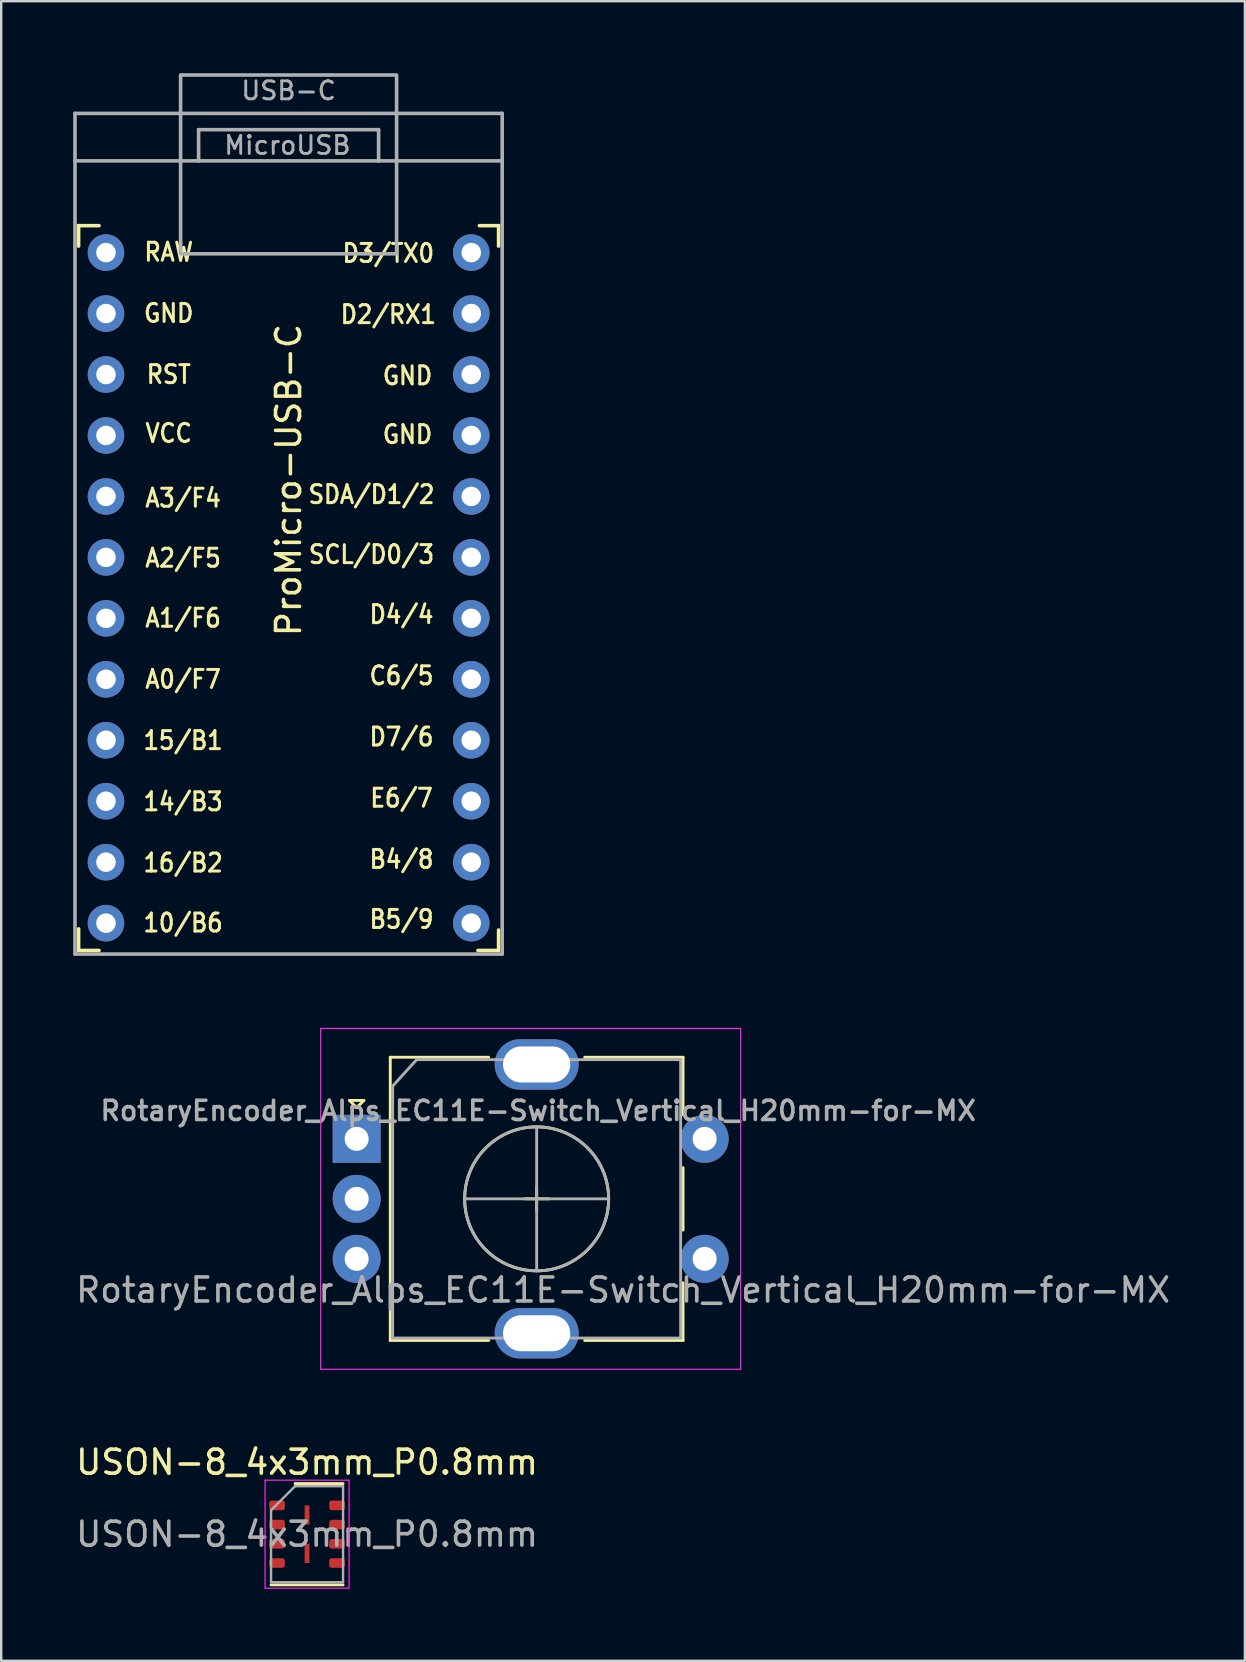
<source format=kicad_pcb>
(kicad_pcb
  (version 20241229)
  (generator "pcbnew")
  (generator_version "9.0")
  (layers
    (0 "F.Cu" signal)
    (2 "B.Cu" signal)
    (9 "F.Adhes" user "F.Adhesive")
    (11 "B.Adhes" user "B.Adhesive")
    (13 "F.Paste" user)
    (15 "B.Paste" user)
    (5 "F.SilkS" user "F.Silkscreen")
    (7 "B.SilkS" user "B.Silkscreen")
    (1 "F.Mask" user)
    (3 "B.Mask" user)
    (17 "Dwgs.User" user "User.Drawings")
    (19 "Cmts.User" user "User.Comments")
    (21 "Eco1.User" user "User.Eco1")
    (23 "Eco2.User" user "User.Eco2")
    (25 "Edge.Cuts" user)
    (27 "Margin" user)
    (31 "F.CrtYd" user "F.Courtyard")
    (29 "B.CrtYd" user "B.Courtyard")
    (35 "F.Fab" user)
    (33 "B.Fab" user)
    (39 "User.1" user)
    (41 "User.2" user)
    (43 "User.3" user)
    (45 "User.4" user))
  (footprint "ProMicro-USB-C"
    (layer "F.Cu")
    (at 8.975 21.953)
    (property "Reference" "ProMicro-USB-C" (at 0 -5 90) (layer "F.SilkS") (effects (font (size 1 1) (thickness 0.15))))
    (attr through_hole)
    (fp_line (start -8.75 -15.6) (end -8.75 -14.75) (stroke (width 0.15) (type solid)) (layer "F.SilkS"))
    (fp_line (start -8.75 -15.6) (end -7.9 -15.6) (stroke (width 0.15) (type solid)) (layer "F.SilkS"))
    (fp_line (start -8.75 13.7) (end -8.75 14.6) (stroke (width 0.15) (type solid)) (layer "F.SilkS"))
    (fp_line (start -8.75 14.6) (end -7.9 14.6) (stroke (width 0.15) (type solid)) (layer "F.SilkS"))
    (fp_line (start 8.75 -15.6) (end 7.95 -15.6) (stroke (width 0.15) (type solid)) (layer "F.SilkS"))
    (fp_line (start 8.75 -15.6) (end 8.75 -14.75) (stroke (width 0.15) (type solid)) (layer "F.SilkS"))
    (fp_line (start 8.75 13.75) (end 8.75 14.6) (stroke (width 0.15) (type solid)) (layer "F.SilkS"))
    (fp_line (start 8.75 14.6) (end 7.89 14.6) (stroke (width 0.15) (type solid)) (layer "F.SilkS"))
    (fp_line (start -8.9 -20.278) (end -8.9 -18.3) (stroke (width 0.15) (type solid)) (layer "F.Fab"))
    (fp_line (start -8.9 -20.278) (end 8.9 -20.278) (stroke (width 0.15) (type solid)) (layer "F.Fab"))
    (fp_line (start -8.9 -18.3) (end -3.75 -18.3) (stroke (width 0.15) (type solid)) (layer "F.Fab"))
    (fp_line (start -8.9 14.75) (end -8.9 -18.3) (stroke (width 0.15) (type solid)) (layer "F.Fab"))
    (fp_line (start -3.75 -19.6) (end -3.75 -18.299) (stroke (width 0.15) (type solid)) (layer "F.Fab"))
    (fp_line (start -3.75 -19.6) (end 3.75 -19.6) (stroke (width 0.15) (type solid)) (layer "F.Fab"))
    (fp_line (start -3.75 -18.3) (end 3.75 -18.3) (stroke (width 0.15) (type solid)) (layer "F.Fab"))
    (fp_line (start 3.75 -19.6) (end 3.75 -18.3) (stroke (width 0.15) (type solid)) (layer "F.Fab"))
    (fp_line (start 3.76 -18.3) (end 8.9 -18.3) (stroke (width 0.15) (type solid)) (layer "F.Fab"))
    (fp_line (start 8.9 -20.278) (end 8.9 -18.3) (stroke (width 0.15) (type solid)) (layer "F.Fab"))
    (fp_line (start 8.9 -18.3) (end 8.9 14.75) (stroke (width 0.15) (type solid)) (layer "F.Fab"))
    (fp_line (start 8.9 14.75) (end -8.9 14.75) (stroke (width 0.15) (type solid)) (layer "F.Fab"))
    (fp_rect (start -4.5 -21.878) (end 4.5 -14.428) (stroke (width 0.15) (type solid)) (fill no) (layer "F.Fab"))
    (fp_text user "SDA/D1/2" (at 3.455 -4.4 0) (unlocked yes) (layer "F.SilkS") (effects (font (size 0.75 0.67) (thickness 0.125))))
    (fp_text user "D4/4" (at 4.705 0.6 0) (unlocked yes) (layer "F.SilkS") (effects (font (size 0.75 0.67) (thickness 0.125))))
    (fp_text user "RAW" (at -4.995 -14.5 0) (unlocked yes) (layer "F.SilkS") (effects (font (size 0.75 0.67) (thickness 0.125))))
    (fp_text user "D3/TX0" (at 4.155 -14.45 0) (unlocked yes) (layer "F.SilkS") (effects (font (size 0.75 0.67) (thickness 0.125))))
    (fp_text user "A1/F6" (at -4.395 0.75 0) (unlocked yes) (layer "F.SilkS") (effects (font (size 0.75 0.67) (thickness 0.125))))
    (fp_text user "14/B3" (at -4.395 8.4 0) (unlocked yes) (layer "F.SilkS") (effects (font (size 0.75 0.67) (thickness 0.125))))
    (fp_text user "RST" (at -4.995 -9.4 0) (unlocked yes) (layer "F.SilkS") (effects (font (size 0.75 0.67) (thickness 0.125))))
    (fp_text user "E6/7" (at 4.705 8.25 0) (unlocked yes) (layer "F.SilkS") (effects (font (size 0.75 0.67) (thickness 0.125))))
    (fp_text user "GND" (at 4.955 -9.35 0) (unlocked yes) (layer "F.SilkS") (effects (font (size 0.75 0.67) (thickness 0.125))))
    (fp_text user "GND" (at 4.955 -6.9 0) (unlocked yes) (layer "F.SilkS") (effects (font (size 0.75 0.67) (thickness 0.125))))
    (fp_text user "A2/F5" (at -4.395 -1.75 0) (unlocked yes) (layer "F.SilkS") (effects (font (size 0.75 0.67) (thickness 0.125))))
    (fp_text user "GND" (at -4.995 -11.95 0) (unlocked yes) (layer "F.SilkS") (effects (font (size 0.75 0.67) (thickness 0.125))))
    (fp_text user "10/B6" (at -4.395 13.45 0) (unlocked yes) (layer "F.SilkS") (effects (font (size 0.75 0.67) (thickness 0.125))))
    (fp_text user "SCL/D0/3" (at 3.455 -1.9 0) (unlocked yes) (layer "F.SilkS") (effects (font (size 0.75 0.67) (thickness 0.125))))
    (fp_text user "15/B1" (at -4.395 5.85 0) (unlocked yes) (layer "F.SilkS") (effects (font (size 0.75 0.67) (thickness 0.125))))
    (fp_text user "A3/F4" (at -4.395 -4.25 0) (unlocked yes) (layer "F.SilkS") (effects (font (size 0.75 0.67) (thickness 0.125))))
    (fp_text user "B5/9" (at 4.705 13.3 0) (unlocked yes) (layer "F.SilkS") (effects (font (size 0.75 0.67) (thickness 0.125))))
    (fp_text user "D2/RX1" (at 4.155 -11.9 0) (unlocked yes) (layer "F.SilkS") (effects (font (size 0.75 0.67) (thickness 0.125))))
    (fp_text user "VCC" (at -4.995 -6.95 0) (unlocked yes) (layer "F.SilkS") (effects (font (size 0.75 0.67) (thickness 0.125))))
    (fp_text user "B4/8" (at 4.705 10.8 0) (unlocked yes) (layer "F.SilkS") (effects (font (size 0.75 0.67) (thickness 0.125))))
    (fp_text user "D7/6" (at 4.705 5.7 0) (unlocked yes) (layer "F.SilkS") (effects (font (size 0.75 0.67) (thickness 0.125))))
    (fp_text user "16/B2" (at -4.395 10.95 0) (unlocked yes) (layer "F.SilkS") (effects (font (size 0.75 0.67) (thickness 0.125))))
    (fp_text user "C6/5" (at 4.705 3.15 0) (unlocked yes) (layer "F.SilkS") (effects (font (size 0.75 0.67) (thickness 0.125))))
    (fp_text user "A0/F7" (at -4.395 3.3 0) (unlocked yes) (layer "F.SilkS") (effects (font (size 0.75 0.67) (thickness 0.125))))
    (fp_text user "MicroUSB" (at -0.05 -18.95 0) (layer "F.Fab") (effects (font (size 0.75 0.75) (thickness 0.12))))
    (fp_text user "USB-C" (at 0 -21.225 0) (layer "F.Fab") (effects (font (size 0.75 0.75) (thickness 0.12))))
    (pad "1" thru_hole circle (at 7.611 -14.478) (size 1.524 1.524) (drill 0.813) (layers "*.Cu" "*.Mask"))
    (pad "2" thru_hole circle (at 7.611 -11.938) (size 1.524 1.524) (drill 0.813) (layers "*.Cu" "*.Mask"))
    (pad "3" thru_hole circle (at 7.611 -9.398) (size 1.524 1.524) (drill 0.813) (layers "*.Cu" "*.Mask"))
    (pad "4" thru_hole circle (at 7.611 -6.858) (size 1.524 1.524) (drill 0.813) (layers "*.Cu" "*.Mask"))
    (pad "5" thru_hole circle (at 7.611 -4.318) (size 1.524 1.524) (drill 0.813) (layers "*.Cu" "*.Mask"))
    (pad "6" thru_hole circle (at 7.611 -1.778) (size 1.524 1.524) (drill 0.813) (layers "*.Cu" "*.Mask"))
    (pad "7" thru_hole circle (at 7.611 0.762) (size 1.524 1.524) (drill 0.813) (layers "*.Cu" "*.Mask"))
    (pad "8" thru_hole circle (at 7.611 3.302) (size 1.524 1.524) (drill 0.813) (layers "*.Cu" "*.Mask"))
    (pad "9" thru_hole circle (at 7.611 5.842) (size 1.524 1.524) (drill 0.813) (layers "*.Cu" "*.Mask"))
    (pad "10" thru_hole circle (at 7.611 8.382) (size 1.524 1.524) (drill 0.813) (layers "*.Cu" "*.Mask"))
    (pad "11" thru_hole circle (at 7.611 10.922) (size 1.524 1.524) (drill 0.813) (layers "*.Cu" "*.Mask"))
    (pad "12" thru_hole circle (at 7.611 13.462) (size 1.524 1.524) (drill 0.813) (layers "*.Cu" "*.Mask"))
    (pad "13" thru_hole circle (at -7.609 13.462) (size 1.524 1.524) (drill 0.813) (layers "*.Cu" "*.Mask"))
    (pad "14" thru_hole circle (at -7.609 10.922) (size 1.524 1.524) (drill 0.813) (layers "*.Cu" "*.Mask"))
    (pad "15" thru_hole circle (at -7.609 8.382) (size 1.524 1.524) (drill 0.813) (layers "*.Cu" "*.Mask"))
    (pad "16" thru_hole circle (at -7.609 5.842) (size 1.524 1.524) (drill 0.813) (layers "*.Cu" "*.Mask"))
    (pad "17" thru_hole circle (at -7.609 3.302) (size 1.524 1.524) (drill 0.813) (layers "*.Cu" "*.Mask"))
    (pad "18" thru_hole circle (at -7.609 0.762) (size 1.524 1.524) (drill 0.813) (layers "*.Cu" "*.Mask"))
    (pad "19" thru_hole circle (at -7.609 -1.778) (size 1.524 1.524) (drill 0.813) (layers "*.Cu" "*.Mask"))
    (pad "20" thru_hole circle (at -7.609 -4.318) (size 1.524 1.524) (drill 0.813) (layers "*.Cu" "*.Mask"))
    (pad "21" thru_hole circle (at -7.609 -6.858) (size 1.524 1.524) (drill 0.813) (layers "*.Cu" "*.Mask"))
    (pad "22" thru_hole circle (at -7.609 -9.398) (size 1.524 1.524) (drill 0.813) (layers "*.Cu" "*.Mask"))
    (pad "23" thru_hole circle (at -7.609 -11.938) (size 1.524 1.524) (drill 0.813) (layers "*.Cu" "*.Mask"))
    (pad "24" thru_hole circle (at -7.609 -14.478) (size 1.524 1.524) (drill 0.813) (layers "*.Cu" "*.Mask")))
  (footprint "RotaryEncoder_Alps_EC11E-Switch_Vertical_H20mm-for-MX"
    (layer "F.Cu")
    (at 11.811 44.403)
    (property "Reference" "RotaryEncoder_Alps_EC11E-Switch_Vertical_H20mm-for-MX" (at 7.564 -1.171 180) (layer "F.Fab") (effects (font (size 0.8 0.8) (thickness 0.15))))
    (attr through_hole)
    (fp_line (start -0.3 -1.6) (end 0.3 -1.6) (stroke (width 0.12) (type solid)) (layer "F.SilkS"))
    (fp_line (start 0 -1.3) (end -0.3 -1.6) (stroke (width 0.12) (type solid)) (layer "F.SilkS"))
    (fp_line (start 0.3 -1.6) (end 0 -1.3) (stroke (width 0.12) (type solid)) (layer "F.SilkS"))
    (fp_line (start 1.4 -3.4) (end 1.4 8.4) (stroke (width 0.12) (type solid)) (layer "F.SilkS"))
    (fp_line (start 5.5 -3.4) (end 1.4 -3.4) (stroke (width 0.12) (type solid)) (layer "F.SilkS"))
    (fp_line (start 5.5 8.4) (end 1.4 8.4) (stroke (width 0.12) (type solid)) (layer "F.SilkS"))
    (fp_line (start 7 2.5) (end 8 2.5) (stroke (width 0.12) (type solid)) (layer "F.SilkS"))
    (fp_line (start 7.5 2) (end 7.5 3) (stroke (width 0.12) (type solid)) (layer "F.SilkS"))
    (fp_line (start 9.5 -3.4) (end 13.6 -3.4) (stroke (width 0.12) (type solid)) (layer "F.SilkS"))
    (fp_line (start 13.6 -3.4) (end 13.6 -1) (stroke (width 0.12) (type solid)) (layer "F.SilkS"))
    (fp_line (start 13.6 1.2) (end 13.6 3.8) (stroke (width 0.12) (type solid)) (layer "F.SilkS"))
    (fp_line (start 13.6 6) (end 13.6 8.4) (stroke (width 0.12) (type solid)) (layer "F.SilkS"))
    (fp_line (start 13.6 8.4) (end 9.5 8.4) (stroke (width 0.12) (type solid)) (layer "F.SilkS"))
    (fp_circle (center 7.5 2.5) (end 10.5 2.5) (stroke (width 0.12) (type solid)) (fill no) (layer "F.SilkS"))
    (fp_line (start -1.5 -4.6) (end -1.5 9.6) (stroke (width 0.05) (type solid)) (layer "F.CrtYd"))
    (fp_line (start -1.5 -4.6) (end 16 -4.6) (stroke (width 0.05) (type solid)) (layer "F.CrtYd"))
    (fp_line (start 16 9.6) (end -1.5 9.6) (stroke (width 0.05) (type solid)) (layer "F.CrtYd"))
    (fp_line (start 16 9.6) (end 16 -4.6) (stroke (width 0.05) (type solid)) (layer "F.CrtYd"))
    (fp_line (start 1.5 -2.2) (end 2.5 -3.3) (stroke (width 0.12) (type solid)) (layer "F.Fab"))
    (fp_line (start 1.5 8.3) (end 1.5 -2.2) (stroke (width 0.12) (type solid)) (layer "F.Fab"))
    (fp_line (start 2.5 -3.3) (end 13.5 -3.3) (stroke (width 0.12) (type solid)) (layer "F.Fab"))
    (fp_line (start 4.5 2.5) (end 10.5 2.5) (stroke (width 0.12) (type solid)) (layer "F.Fab"))
    (fp_line (start 7.5 -0.5) (end 7.5 5.5) (stroke (width 0.12) (type solid)) (layer "F.Fab"))
    (fp_line (start 13.5 -3.3) (end 13.5 8.3) (stroke (width 0.12) (type solid)) (layer "F.Fab"))
    (fp_line (start 13.5 8.3) (end 1.5 8.3) (stroke (width 0.12) (type solid)) (layer "F.Fab"))
    (fp_circle (center 7.5 2.5) (end 10.5 2.5) (stroke (width 0.12) (type solid)) (fill no) (layer "F.Fab"))
    (fp_text user "${REFERENCE}" (at 11.1 6.3 180) (layer "F.Fab") (effects (font (size 1 1) (thickness 0.15))))
    (pad "A" thru_hole rect (at 0 0) (size 2 2) (drill 1) (layers "*.Cu" "*.Mask"))
    (pad "B" thru_hole circle (at 0 5) (size 2 2) (drill 1) (layers "*.Cu" "*.Mask"))
    (pad "C" thru_hole circle (at 0 2.5) (size 2 2) (drill 1) (layers "*.Cu" "*.Mask"))
    (pad "MP" thru_hole oval (at 7.5 -3.1) (size 3.5 2.1) (drill oval 2.8 1.5) (layers "*.Cu" "*.Mask"))
    (pad "MP" thru_hole oval (at 7.5 8.1) (size 3.5 2.1) (drill oval 2.8 1.5) (layers "*.Cu" "*.Mask"))
    (pad "S1" thru_hole circle (at 14.5 5) (size 2 2) (drill 1) (layers "*.Cu" "*.Mask"))
    (pad "S2" thru_hole circle (at 14.5 0) (size 2 2) (drill 1) (layers "*.Cu" "*.Mask")))
  (footprint "USON-8_4x3mm_P0.8mm"
    (layer "F.Cu")
    (at 9.744 60.876)
    (property "Reference" "USON-8_4x3mm_P0.8mm" (at 0 -3 0) (layer "F.SilkS") (effects (font (size 1 1) (thickness 0.15))))
    (attr smd)
    (fp_line (start -1.5 2.11) (end 1.5 2.11) (stroke (width 0.12) (type solid)) (layer "F.SilkS"))
    (fp_line (start -0.5 -2.11) (end 1.5 -2.11) (stroke (width 0.12) (type solid)) (layer "F.SilkS"))
    (fp_line (start -1.75 -2.25) (end -1.75 2.25) (stroke (width 0.05) (type solid)) (layer "F.CrtYd"))
    (fp_line (start -1.75 2.25) (end 1.75 2.25) (stroke (width 0.05) (type solid)) (layer "F.CrtYd"))
    (fp_line (start 1.75 -2.25) (end -1.75 -2.25) (stroke (width 0.05) (type solid)) (layer "F.CrtYd"))
    (fp_line (start 1.75 2.25) (end 1.75 -2.25) (stroke (width 0.05) (type solid)) (layer "F.CrtYd"))
    (fp_line (start -1.5 -1) (end -0.5 -2) (stroke (width 0.1) (type solid)) (layer "F.Fab"))
    (fp_line (start -1.5 2) (end -1.5 -1) (stroke (width 0.1) (type solid)) (layer "F.Fab"))
    (fp_line (start -0.5 -2) (end 1.5 -2) (stroke (width 0.1) (type solid)) (layer "F.Fab"))
    (fp_line (start 1.5 -2) (end 1.5 2) (stroke (width 0.1) (type solid)) (layer "F.Fab"))
    (fp_line (start 1.5 2) (end -1.5 2) (stroke (width 0.1) (type solid)) (layer "F.Fab"))
    (fp_text user "${REFERENCE}" (at 0 0 0) (layer "F.Fab") (effects (font (size 1 1) (thickness 0.15))))
    (pad "" smd roundrect (at 0 -0.8) (size 0.75 1.21) (layers "F.Paste") (roundrect_rratio 0.25))
    (pad "" smd roundrect (at 0 0.8) (size 0.75 1.21) (layers "F.Paste") (roundrect_rratio 0.25))
    (pad "1" smd roundrect (at -1.25 -1.2) (size 0.65 0.4) (layers "F.Cu" "F.Mask" "F.Paste") (roundrect_rratio 0.25))
    (pad "2" smd roundrect (at -1.25 -0.4) (size 0.65 0.4) (layers "F.Cu" "F.Mask" "F.Paste") (roundrect_rratio 0.25))
    (pad "3" smd roundrect (at -1.25 0.4) (size 0.65 0.4) (layers "F.Cu" "F.Mask" "F.Paste") (roundrect_rratio 0.25))
    (pad "4" smd roundrect (at -1.25 1.2) (size 0.65 0.4) (layers "F.Cu" "F.Mask" "F.Paste") (roundrect_rratio 0.25))
    (pad "5" smd roundrect (at 1.25 1.2) (size 0.65 0.4) (layers "F.Cu" "F.Mask" "F.Paste") (roundrect_rratio 0.25))
    (pad "6" smd roundrect (at 1.25 0.4) (size 0.65 0.4) (layers "F.Cu" "F.Mask" "F.Paste") (roundrect_rratio 0.25))
    (pad "7" smd roundrect (at 1.25 -0.4) (size 0.65 0.4) (layers "F.Cu" "F.Mask" "F.Paste") (roundrect_rratio 0.25))
    (pad "8" smd roundrect (at 1.25 -1.2) (size 0.65 0.4) (layers "F.Cu" "F.Mask" "F.Paste") (roundrect_rratio 0.25))
    (pad "9" smd rect (at 0 -0.8) (size 0.2 0.8) (layers "F.Cu" "F.Mask"))
    (pad "9" smd rect (at 0 0.8) (size 0.2 0.8) (layers "F.Cu" "F.Mask")))
  (gr_rect
    (start -3 -3)
    (end 48.821 66.151)
    (stroke (width 0.1) (type default))
    (fill no)
    (layer "Edge.Cuts")))
</source>
